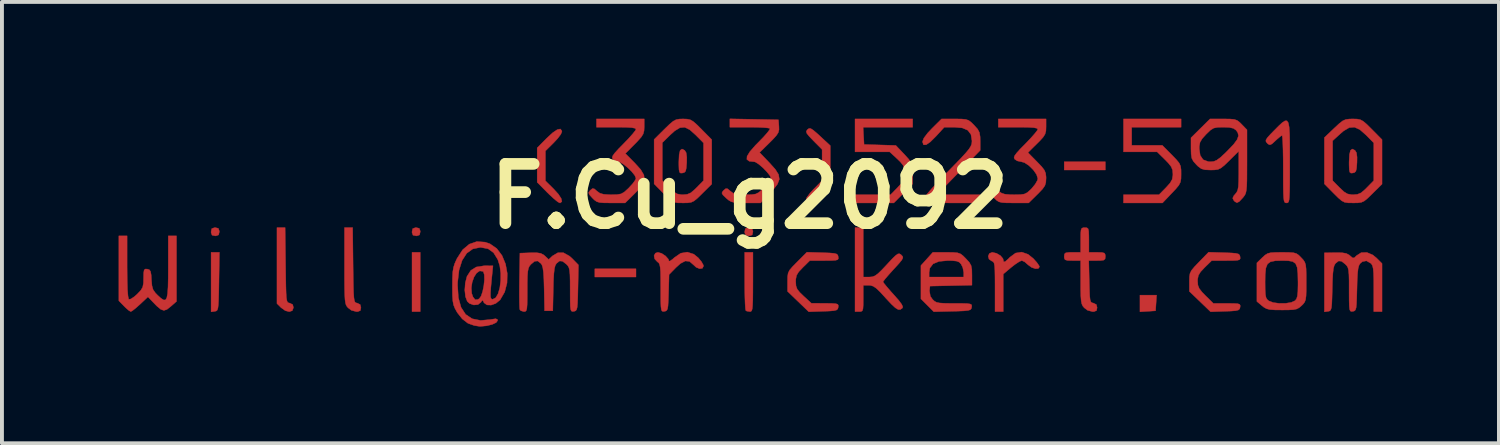
<source format=kicad_pcb>
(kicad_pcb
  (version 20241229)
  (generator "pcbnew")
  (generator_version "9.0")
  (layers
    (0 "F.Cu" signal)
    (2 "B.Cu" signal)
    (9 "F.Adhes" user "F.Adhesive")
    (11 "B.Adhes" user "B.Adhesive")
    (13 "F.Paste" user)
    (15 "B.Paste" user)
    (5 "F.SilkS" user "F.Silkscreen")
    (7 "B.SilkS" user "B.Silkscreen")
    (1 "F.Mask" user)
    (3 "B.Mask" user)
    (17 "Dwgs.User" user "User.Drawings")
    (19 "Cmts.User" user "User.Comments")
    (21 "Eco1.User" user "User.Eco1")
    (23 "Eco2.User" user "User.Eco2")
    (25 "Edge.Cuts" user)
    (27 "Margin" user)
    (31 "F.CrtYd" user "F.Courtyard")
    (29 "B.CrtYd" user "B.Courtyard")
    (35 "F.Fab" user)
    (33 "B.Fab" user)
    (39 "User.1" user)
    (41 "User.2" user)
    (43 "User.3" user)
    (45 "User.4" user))
  (footprint "F.Cu_g2092"
    (layer "F.Cu")
    (at 16.219 1.997)
    (property "Reference" "F.Cu_g2092" (at 0 0 0) (layer "F.SilkS") (effects (font (size 1.524 1.524) (thickness 0.3))))
    (attr through_hole)
    (fp_poly (pts (xy -8.467 2.963) (xy -8.678 2.963) (xy -8.678 1.439) (xy -8.467 1.439) (xy -8.467 2.963)) (stroke (width 0.01) (type solid)) (fill yes) (layer "F.Cu"))
    (fp_poly (pts (xy -2.921 2.074) (xy -3.979 2.074) (xy -3.979 1.863) (xy -2.921 1.863) (xy -2.921 2.074)) (stroke (width 0.01) (type solid)) (fill yes) (layer "F.Cu"))
    (fp_poly (pts (xy 9.144 -0.677) (xy 8.086 -0.677) (xy 8.086 -0.889) (xy 9.144 -0.889) (xy 9.144 -0.677)) (stroke (width 0.01) (type solid)) (fill yes) (layer "F.Cu"))
    (fp_poly (pts (xy 10.448 2.741) (xy 10.435 2.942) (xy 10.234 2.955) (xy 10.033 2.968) (xy 10.033 2.54) (xy 10.461 2.54) (xy 10.448 2.741)) (stroke (width 0.01) (type solid)) (fill yes) (layer "F.Cu"))
    (fp_poly (pts (xy -13.657 0.822) (xy -13.632 0.891) (xy -13.631 0.91) (xy -13.649 0.991) (xy -13.718 1.016) (xy -13.737 1.016) (xy -13.818 0.999) (xy -13.843 0.93) (xy -13.843 0.91) (xy -13.826 0.83) (xy -13.757 0.805) (xy -13.737 0.804) (xy -13.657 0.822)) (stroke (width 0.01) (type solid)) (fill yes) (layer "F.Cu"))
    (fp_poly (pts (xy -13.641 2.191) (xy -13.645 2.459) (xy -13.65 2.655) (xy -13.657 2.79) (xy -13.668 2.875) (xy -13.684 2.923) (xy -13.708 2.946) (xy -13.74 2.954) (xy -13.748 2.956) (xy -13.843 2.969) (xy -13.843 1.439) (xy -13.629 1.439) (xy -13.641 2.191)) (stroke (width 0.01) (type solid)) (fill yes) (layer "F.Cu"))
    (fp_poly (pts (xy -8.492 0.822) (xy -8.467 0.891) (xy -8.467 0.91) (xy -8.484 0.991) (xy -8.553 1.016) (xy -8.572 1.016) (xy -8.653 0.999) (xy -8.678 0.93) (xy -8.678 0.91) (xy -8.661 0.83) (xy -8.592 0.805) (xy -8.572 0.804) (xy -8.492 0.822)) (stroke (width 0.01) (type solid)) (fill yes) (layer "F.Cu"))
    (fp_poly (pts (xy 0.059 0.822) (xy 0.084 0.891) (xy 0.085 0.91) (xy 0.067 0.991) (xy -0.002 1.016) (xy -0.021 1.016) (xy -0.102 0.999) (xy -0.127 0.93) (xy -0.127 0.91) (xy -0.11 0.83) (xy -0.041 0.805) (xy -0.021 0.804) (xy 0.059 0.822)) (stroke (width 0.01) (type solid)) (fill yes) (layer "F.Cu"))
    (fp_poly (pts (xy -1.67 -1.183) (xy -1.668 -1.182) (xy -1.631 -1.121) (xy -1.615 -1.007) (xy -1.617 -0.872) (xy -1.628 -0.728) (xy -1.646 -0.648) (xy -1.681 -0.612) (xy -1.725 -0.6) (xy -1.775 -0.598) (xy -1.803 -0.622) (xy -1.816 -0.688) (xy -1.82 -0.815) (xy -1.82 -0.884) (xy -1.812 -1.072) (xy -1.786 -1.181) (xy -1.739 -1.217) (xy -1.67 -1.183)) (stroke (width 0.01) (type solid)) (fill yes) (layer "F.Cu"))
    (fp_poly (pts (xy 0.085 2.201) (xy 0.084 2.473) (xy 0.082 2.671) (xy 0.076 2.807) (xy 0.067 2.893) (xy 0.052 2.94) (xy 0.031 2.96) (xy 0.007 2.963) (xy -0.073 2.95) (xy -0.099 2.935) (xy -0.108 2.885) (xy -0.116 2.766) (xy -0.122 2.59) (xy -0.126 2.372) (xy -0.127 2.173) (xy -0.127 1.439) (xy 0.085 1.439) (xy 0.085 2.201)) (stroke (width 0.01) (type solid)) (fill yes) (layer "F.Cu"))
    (fp_poly (pts (xy 15.56 -1.183) (xy 15.561 -1.182) (xy 15.599 -1.121) (xy 15.614 -1.007) (xy 15.612 -0.872) (xy 15.602 -0.728) (xy 15.584 -0.648) (xy 15.549 -0.612) (xy 15.505 -0.6) (xy 15.455 -0.598) (xy 15.426 -0.622) (xy 15.413 -0.688) (xy 15.409 -0.815) (xy 15.409 -0.884) (xy 15.418 -1.072) (xy 15.444 -1.181) (xy 15.491 -1.217) (xy 15.56 -1.183)) (stroke (width 0.01) (type solid)) (fill yes) (layer "F.Cu"))
    (fp_poly (pts (xy -11.928 1.767) (xy -11.924 2.077) (xy -11.92 2.311) (xy -11.915 2.482) (xy -11.908 2.6) (xy -11.896 2.674) (xy -11.881 2.716) (xy -11.859 2.735) (xy -11.83 2.743) (xy -11.822 2.744) (xy -11.745 2.782) (xy -11.726 2.86) (xy -11.756 2.939) (xy -11.833 2.965) (xy -11.935 2.939) (xy -12.044 2.861) (xy -12.046 2.859) (xy -12.15 2.756) (xy -12.15 0.804) (xy -11.94 0.804) (xy -11.928 1.767)) (stroke (width 0.01) (type solid)) (fill yes) (layer "F.Cu"))
    (fp_poly (pts (xy -4.827 -1.682) (xy -4.826 -1.66) (xy -4.855 -1.594) (xy -4.93 -1.493) (xy -5.036 -1.378) (xy -5.038 -1.376) (xy -5.249 -1.167) (xy -5.249 -0.399) (xy -5.038 -0.191) (xy -4.915 -0.055) (xy -4.843 0.056) (xy -4.826 0.134) (xy -4.867 0.169) (xy -4.88 0.169) (xy -4.933 0.141) (xy -5.026 0.065) (xy -5.145 -0.044) (xy -5.198 -0.096) (xy -5.461 -0.362) (xy -5.461 -1.246) (xy -5.219 -1.491) (xy -5.063 -1.635) (xy -4.943 -1.716) (xy -4.863 -1.732) (xy -4.827 -1.682)) (stroke (width 0.01) (type solid)) (fill yes) (layer "F.Cu"))
    (fp_poly (pts (xy 1.57 -1.743) (xy 1.636 -1.701) (xy 1.739 -1.613) (xy 1.814 -1.544) (xy 2.074 -1.303) (xy 2.074 -0.32) (xy 1.832 -0.075) (xy 1.685 0.065) (xy 1.581 0.143) (xy 1.511 0.163) (xy 1.466 0.128) (xy 1.453 0.102) (xy 1.469 0.029) (xy 1.556 -0.089) (xy 1.645 -0.185) (xy 1.863 -0.405) (xy 1.863 -1.204) (xy 1.642 -1.427) (xy 1.53 -1.544) (xy 1.471 -1.618) (xy 1.456 -1.667) (xy 1.477 -1.706) (xy 1.488 -1.718) (xy 1.526 -1.745) (xy 1.57 -1.743)) (stroke (width 0.01) (type solid)) (fill yes) (layer "F.Cu"))
    (fp_poly (pts (xy -10.193 1.767) (xy -10.189 2.077) (xy -10.185 2.311) (xy -10.18 2.482) (xy -10.172 2.6) (xy -10.161 2.674) (xy -10.145 2.716) (xy -10.123 2.735) (xy -10.095 2.743) (xy -10.086 2.744) (xy -10.01 2.782) (xy -9.991 2.86) (xy -10.006 2.936) (xy -10.069 2.962) (xy -10.11 2.963) (xy -10.237 2.929) (xy -10.322 2.865) (xy -10.351 2.831) (xy -10.374 2.791) (xy -10.39 2.734) (xy -10.401 2.649) (xy -10.408 2.524) (xy -10.412 2.349) (xy -10.414 2.113) (xy -10.414 1.803) (xy -10.414 1.786) (xy -10.414 0.804) (xy -10.204 0.804) (xy -10.193 1.767)) (stroke (width 0.01) (type solid)) (fill yes) (layer "F.Cu"))
    (fp_poly (pts (xy 4.191 -1.778) (xy 2.917 -1.778) (xy 2.929 -1.556) (xy 2.942 -1.333) (xy 3.758 -1.309) (xy 3.975 -1.081) (xy 4.085 -0.96) (xy 4.15 -0.872) (xy 4.181 -0.788) (xy 4.19 -0.68) (xy 4.191 -0.586) (xy 4.191 -0.32) (xy 3.949 -0.075) (xy 3.707 0.169) (xy 2.709 0.169) (xy 2.709 -0.042) (xy 3.623 -0.042) (xy 3.801 -0.224) (xy 3.904 -0.337) (xy 3.958 -0.427) (xy 3.977 -0.528) (xy 3.979 -0.599) (xy 3.973 -0.715) (xy 3.943 -0.801) (xy 3.874 -0.887) (xy 3.79 -0.968) (xy 3.6 -1.143) (xy 2.709 -1.143) (xy 2.709 -1.99) (xy 4.191 -1.99) (xy 4.191 -1.778)) (stroke (width 0.01) (type solid)) (fill yes) (layer "F.Cu"))
    (fp_poly (pts (xy 11.091 -1.778) (xy 9.821 -1.778) (xy 9.821 -1.312) (xy 10.607 -1.312) (xy 10.849 -1.068) (xy 10.969 -0.944) (xy 11.041 -0.856) (xy 11.077 -0.778) (xy 11.09 -0.686) (xy 11.091 -0.578) (xy 11.089 -0.454) (xy 11.073 -0.364) (xy 11.032 -0.285) (xy 10.954 -0.19) (xy 10.852 -0.082) (xy 10.613 0.169) (xy 9.61 0.169) (xy 9.61 -0.042) (xy 10.523 -0.042) (xy 10.702 -0.224) (xy 10.807 -0.341) (xy 10.861 -0.435) (xy 10.879 -0.538) (xy 10.88 -0.575) (xy 10.871 -0.677) (xy 10.836 -0.763) (xy 10.76 -0.859) (xy 10.677 -0.944) (xy 10.475 -1.143) (xy 9.61 -1.143) (xy 9.61 -1.99) (xy 11.091 -1.99) (xy 11.091 -1.778)) (stroke (width 0.01) (type solid)) (fill yes) (layer "F.Cu"))
    (fp_poly (pts (xy 7.157 1.49) (xy 7.294 1.6) (xy 7.383 1.7) (xy 7.439 1.781) (xy 7.451 1.812) (xy 7.419 1.856) (xy 7.343 1.859) (xy 7.247 1.826) (xy 7.158 1.761) (xy 7.154 1.757) (xy 7.07 1.684) (xy 6.998 1.651) (xy 6.994 1.651) (xy 6.932 1.677) (xy 6.83 1.744) (xy 6.726 1.824) (xy 6.519 1.998) (xy 6.519 2.963) (xy 6.308 2.963) (xy 6.308 2.324) (xy 6.307 2.079) (xy 6.304 1.905) (xy 6.297 1.79) (xy 6.284 1.72) (xy 6.264 1.684) (xy 6.235 1.667) (xy 6.223 1.663) (xy 6.153 1.614) (xy 6.133 1.538) (xy 6.162 1.469) (xy 6.235 1.439) (xy 6.346 1.464) (xy 6.448 1.524) (xy 6.512 1.6) (xy 6.519 1.632) (xy 6.531 1.684) (xy 6.571 1.677) (xy 6.65 1.607) (xy 6.689 1.566) (xy 6.836 1.458) (xy 6.994 1.433) (xy 7.157 1.49)) (stroke (width 0.01) (type solid)) (fill yes) (layer "F.Cu"))
    (fp_poly (pts (xy 1.868 1.448) (xy 2.054 1.455) (xy 2.171 1.465) (xy 2.236 1.482) (xy 2.267 1.511) (xy 2.278 1.556) (xy 2.281 1.601) (xy 2.262 1.629) (xy 2.206 1.644) (xy 2.096 1.65) (xy 1.92 1.651) (xy 1.548 1.651) (xy 1.367 1.829) (xy 1.262 1.94) (xy 1.207 2.029) (xy 1.187 2.126) (xy 1.185 2.193) (xy 1.192 2.301) (xy 1.222 2.385) (xy 1.29 2.47) (xy 1.386 2.563) (xy 1.587 2.748) (xy 1.94 2.75) (xy 2.112 2.752) (xy 2.215 2.759) (xy 2.266 2.776) (xy 2.281 2.807) (xy 2.278 2.847) (xy 2.266 2.893) (xy 2.234 2.922) (xy 2.165 2.939) (xy 2.042 2.949) (xy 1.892 2.954) (xy 1.52 2.967) (xy 0.974 2.442) (xy 0.974 2.188) (xy 0.976 2.062) (xy 0.99 1.972) (xy 1.028 1.895) (xy 1.103 1.807) (xy 1.223 1.685) (xy 1.471 1.436) (xy 1.868 1.448)) (stroke (width 0.01) (type solid)) (fill yes) (layer "F.Cu"))
    (fp_poly (pts (xy 12.196 1.448) (xy 12.382 1.455) (xy 12.499 1.465) (xy 12.565 1.482) (xy 12.596 1.511) (xy 12.608 1.555) (xy 12.608 1.556) (xy 12.61 1.601) (xy 12.591 1.629) (xy 12.535 1.644) (xy 12.426 1.65) (xy 12.249 1.651) (xy 11.878 1.651) (xy 11.696 1.829) (xy 11.59 1.942) (xy 11.535 2.033) (xy 11.516 2.131) (xy 11.515 2.18) (xy 11.523 2.284) (xy 11.557 2.369) (xy 11.631 2.464) (xy 11.717 2.552) (xy 11.92 2.752) (xy 12.27 2.752) (xy 12.442 2.753) (xy 12.545 2.759) (xy 12.596 2.776) (xy 12.611 2.807) (xy 12.608 2.847) (xy 12.596 2.893) (xy 12.563 2.922) (xy 12.495 2.939) (xy 12.372 2.949) (xy 12.222 2.954) (xy 11.849 2.967) (xy 11.303 2.442) (xy 11.303 2.193) (xy 11.305 2.069) (xy 11.32 1.98) (xy 11.359 1.902) (xy 11.435 1.81) (xy 11.55 1.69) (xy 11.797 1.436) (xy 12.196 1.448)) (stroke (width 0.01) (type solid)) (fill yes) (layer "F.Cu"))
    (fp_poly (pts (xy 13.847 -1.89) (xy 13.868 -1.781) (xy 13.88 -1.609) (xy 13.884 -1.367) (xy 13.885 -1.049) (xy 13.885 -0.889) (xy 13.885 -0.563) (xy 13.884 -0.312) (xy 13.881 -0.126) (xy 13.875 0.005) (xy 13.867 0.09) (xy 13.854 0.139) (xy 13.836 0.162) (xy 13.813 0.169) (xy 13.801 0.169) (xy 13.772 0.166) (xy 13.751 0.149) (xy 13.736 0.108) (xy 13.726 0.031) (xy 13.72 -0.092) (xy 13.717 -0.272) (xy 13.716 -0.519) (xy 13.716 -0.699) (xy 13.715 -0.959) (xy 13.711 -1.189) (xy 13.705 -1.374) (xy 13.697 -1.503) (xy 13.689 -1.563) (xy 13.686 -1.566) (xy 13.641 -1.539) (xy 13.56 -1.471) (xy 13.517 -1.431) (xy 13.429 -1.35) (xy 13.375 -1.323) (xy 13.33 -1.343) (xy 13.304 -1.367) (xy 13.273 -1.406) (xy 13.271 -1.447) (xy 13.307 -1.506) (xy 13.389 -1.597) (xy 13.483 -1.693) (xy 13.6 -1.811) (xy 13.692 -1.896) (xy 13.762 -1.941) (xy 13.812 -1.941) (xy 13.847 -1.89)) (stroke (width 0.01) (type solid)) (fill yes) (layer "F.Cu"))
    (fp_poly (pts (xy -1.607 -1.986) (xy -1.527 -1.969) (xy -1.451 -1.925) (xy -1.356 -1.842) (xy -1.237 -1.724) (xy -0.974 -1.458) (xy -0.974 -0.315) (xy -1.218 -0.073) (xy -1.341 0.047) (xy -1.429 0.119) (xy -1.507 0.155) (xy -1.6 0.168) (xy -1.717 0.169) (xy -1.844 0.167) (xy -1.934 0.153) (xy -2.011 0.114) (xy -2.1 0.038) (xy -2.213 -0.075) (xy -2.455 -0.32) (xy -2.455 -1.379) (xy -2.244 -1.379) (xy -2.244 -0.405) (xy -2.066 -0.224) (xy -1.953 -0.118) (xy -1.862 -0.063) (xy -1.763 -0.044) (xy -1.714 -0.042) (xy -1.604 -0.052) (xy -1.514 -0.09) (xy -1.414 -0.174) (xy -1.363 -0.224) (xy -1.185 -0.405) (xy -1.185 -1.373) (xy -1.385 -1.575) (xy -1.538 -1.712) (xy -1.667 -1.775) (xy -1.791 -1.765) (xy -1.927 -1.682) (xy -2.041 -1.579) (xy -2.244 -1.379) (xy -2.455 -1.379) (xy -2.455 -1.463) (xy -2.19 -1.726) (xy -2.059 -1.853) (xy -1.966 -1.931) (xy -1.889 -1.972) (xy -1.807 -1.987) (xy -1.712 -1.99) (xy -1.607 -1.986)) (stroke (width 0.01) (type solid)) (fill yes) (layer "F.Cu"))
    (fp_poly (pts (xy -1.436 1.486) (xy -1.321 1.579) (xy -1.239 1.678) (xy -1.191 1.765) (xy -1.185 1.791) (xy -1.214 1.85) (xy -1.286 1.86) (xy -1.374 1.824) (xy -1.447 1.757) (xy -1.545 1.672) (xy -1.652 1.661) (xy -1.778 1.726) (xy -1.895 1.831) (xy -2.071 2.011) (xy -2.083 2.477) (xy -2.09 2.68) (xy -2.098 2.815) (xy -2.111 2.894) (xy -2.134 2.935) (xy -2.168 2.952) (xy -2.191 2.956) (xy -2.228 2.959) (xy -2.254 2.947) (xy -2.27 2.909) (xy -2.28 2.83) (xy -2.285 2.7) (xy -2.286 2.505) (xy -2.286 2.353) (xy -2.287 2.111) (xy -2.29 1.94) (xy -2.299 1.826) (xy -2.313 1.755) (xy -2.335 1.712) (xy -2.368 1.685) (xy -2.371 1.684) (xy -2.44 1.609) (xy -2.457 1.525) (xy -2.422 1.46) (xy -2.357 1.439) (xy -2.26 1.467) (xy -2.161 1.533) (xy -2.09 1.613) (xy -2.074 1.661) (xy -2.048 1.664) (xy -1.981 1.617) (xy -1.935 1.575) (xy -1.771 1.462) (xy -1.602 1.433) (xy -1.436 1.486)) (stroke (width 0.01) (type solid)) (fill yes) (layer "F.Cu"))
    (fp_poly (pts (xy 15.614 -1.987) (xy 15.696 -1.971) (xy 15.772 -1.93) (xy 15.863 -1.853) (xy 15.99 -1.727) (xy 15.993 -1.724) (xy 16.256 -1.458) (xy 16.256 -0.315) (xy 16.011 -0.073) (xy 15.888 0.047) (xy 15.8 0.119) (xy 15.722 0.155) (xy 15.629 0.168) (xy 15.513 0.169) (xy 15.385 0.167) (xy 15.295 0.153) (xy 15.219 0.114) (xy 15.13 0.038) (xy 15.016 -0.075) (xy 14.774 -0.32) (xy 14.774 -1.429) (xy 14.986 -1.429) (xy 14.986 -0.405) (xy 15.164 -0.224) (xy 15.277 -0.118) (xy 15.368 -0.063) (xy 15.466 -0.044) (xy 15.515 -0.042) (xy 15.625 -0.052) (xy 15.716 -0.09) (xy 15.816 -0.174) (xy 15.866 -0.224) (xy 16.044 -0.405) (xy 16.044 -1.373) (xy 15.845 -1.575) (xy 15.686 -1.715) (xy 15.548 -1.778) (xy 15.413 -1.767) (xy 15.267 -1.681) (xy 15.176 -1.603) (xy 14.986 -1.429) (xy 14.774 -1.429) (xy 14.774 -1.511) (xy 15.025 -1.75) (xy 15.153 -1.869) (xy 15.244 -1.94) (xy 15.324 -1.976) (xy 15.417 -1.988) (xy 15.503 -1.99) (xy 15.614 -1.987)) (stroke (width 0.01) (type solid)) (fill yes) (layer "F.Cu"))
    (fp_poly (pts (xy 5.444 -1.988) (xy 5.554 -1.978) (xy 5.631 -1.952) (xy 5.699 -1.9) (xy 5.77 -1.829) (xy 5.861 -1.728) (xy 5.907 -1.641) (xy 5.925 -1.531) (xy 5.927 -1.425) (xy 5.927 -1.182) (xy 5.37 -0.612) (xy 4.814 -0.042) (xy 5.927 -0.042) (xy 5.927 0.169) (xy 5.206 0.169) (xy 4.937 0.168) (xy 4.742 0.165) (xy 4.608 0.157) (xy 4.524 0.145) (xy 4.478 0.127) (xy 4.46 0.104) (xy 4.477 0.053) (xy 4.55 -0.047) (xy 4.681 -0.199) (xy 4.871 -0.403) (xy 5.075 -0.613) (xy 5.286 -0.829) (xy 5.445 -0.994) (xy 5.559 -1.119) (xy 5.636 -1.212) (xy 5.682 -1.283) (xy 5.706 -1.342) (xy 5.714 -1.397) (xy 5.715 -1.429) (xy 5.689 -1.591) (xy 5.608 -1.699) (xy 5.464 -1.76) (xy 5.261 -1.778) (xy 5.004 -1.778) (xy 4.791 -1.545) (xy 4.644 -1.399) (xy 4.537 -1.326) (xy 4.47 -1.325) (xy 4.445 -1.397) (xy 4.445 -1.409) (xy 4.479 -1.498) (xy 4.576 -1.627) (xy 4.69 -1.748) (xy 4.934 -1.99) (xy 5.274 -1.99) (xy 5.444 -1.988)) (stroke (width 0.01) (type solid)) (fill yes) (layer "F.Cu"))
    (fp_poly (pts (xy 2.921 2.074) (xy 3.076 2.074) (xy 3.153 2.068) (xy 3.223 2.042) (xy 3.301 1.985) (xy 3.405 1.884) (xy 3.526 1.755) (xy 3.659 1.612) (xy 3.749 1.524) (xy 3.808 1.481) (xy 3.85 1.475) (xy 3.888 1.497) (xy 3.899 1.507) (xy 3.932 1.543) (xy 3.939 1.581) (xy 3.911 1.636) (xy 3.842 1.721) (xy 3.723 1.852) (xy 3.703 1.873) (xy 3.585 2.004) (xy 3.492 2.111) (xy 3.438 2.181) (xy 3.429 2.198) (xy 3.456 2.239) (xy 3.528 2.327) (xy 3.632 2.448) (xy 3.702 2.525) (xy 3.834 2.675) (xy 3.91 2.778) (xy 3.937 2.842) (xy 3.926 2.872) (xy 3.875 2.909) (xy 3.818 2.909) (xy 3.744 2.864) (xy 3.642 2.769) (xy 3.498 2.615) (xy 3.488 2.603) (xy 3.352 2.455) (xy 3.253 2.361) (xy 3.177 2.31) (xy 3.107 2.289) (xy 3.062 2.286) (xy 2.921 2.286) (xy 2.921 2.625) (xy 2.92 2.793) (xy 2.913 2.893) (xy 2.895 2.944) (xy 2.86 2.961) (xy 2.815 2.963) (xy 2.709 2.963) (xy 2.709 0.804) (xy 2.921 0.804) (xy 2.921 2.074)) (stroke (width 0.01) (type solid)) (fill yes) (layer "F.Cu"))
    (fp_poly (pts (xy -16.002 1.818) (xy -15.999 2.149) (xy -15.992 2.397) (xy -15.979 2.561) (xy -15.962 2.641) (xy -15.956 2.648) (xy -15.903 2.637) (xy -15.815 2.578) (xy -15.744 2.515) (xy -15.65 2.416) (xy -15.601 2.334) (xy -15.582 2.232) (xy -15.579 2.105) (xy -15.576 1.967) (xy -15.564 1.894) (xy -15.534 1.868) (xy -15.483 1.87) (xy -15.43 1.887) (xy -15.399 1.931) (xy -15.383 2.022) (xy -15.376 2.142) (xy -15.363 2.295) (xy -15.335 2.396) (xy -15.277 2.48) (xy -15.22 2.539) (xy -15.133 2.619) (xy -15.066 2.662) (xy -15.017 2.662) (xy -14.983 2.612) (xy -14.962 2.505) (xy -14.95 2.333) (xy -14.945 2.09) (xy -14.944 1.822) (xy -14.944 1.016) (xy -14.732 1.016) (xy -14.732 2.701) (xy -14.882 2.832) (xy -14.978 2.907) (xy -15.056 2.933) (xy -15.136 2.905) (xy -15.239 2.819) (xy -15.321 2.735) (xy -15.466 2.584) (xy -15.669 2.774) (xy -15.778 2.871) (xy -15.864 2.939) (xy -15.907 2.963) (xy -15.956 2.935) (xy -16.037 2.865) (xy -16.078 2.824) (xy -16.214 2.684) (xy -16.214 1.016) (xy -16.002 1.016) (xy -16.002 1.818)) (stroke (width 0.01) (type solid)) (fill yes) (layer "F.Cu"))
    (fp_poly (pts (xy 8.669 0.808) (xy 8.7 0.832) (xy 8.715 0.893) (xy 8.72 1.01) (xy 8.721 1.122) (xy 8.721 1.439) (xy 8.932 1.439) (xy 9.058 1.443) (xy 9.121 1.46) (xy 9.142 1.503) (xy 9.144 1.545) (xy 9.137 1.608) (xy 9.102 1.639) (xy 9.018 1.65) (xy 8.931 1.651) (xy 8.718 1.651) (xy 8.73 2.191) (xy 8.736 2.413) (xy 8.742 2.564) (xy 8.753 2.659) (xy 8.771 2.711) (xy 8.798 2.735) (xy 8.837 2.744) (xy 8.913 2.782) (xy 8.932 2.86) (xy 8.917 2.936) (xy 8.854 2.962) (xy 8.813 2.963) (xy 8.686 2.929) (xy 8.601 2.865) (xy 8.563 2.819) (xy 8.538 2.764) (xy 8.522 2.684) (xy 8.513 2.563) (xy 8.509 2.385) (xy 8.509 2.209) (xy 8.509 1.651) (xy 8.297 1.651) (xy 8.172 1.648) (xy 8.109 1.63) (xy 8.088 1.588) (xy 8.086 1.545) (xy 8.093 1.482) (xy 8.128 1.451) (xy 8.212 1.44) (xy 8.297 1.439) (xy 8.509 1.439) (xy 8.509 1.122) (xy 8.51 0.96) (xy 8.518 0.866) (xy 8.539 0.82) (xy 8.578 0.805) (xy 8.615 0.804) (xy 8.669 0.808)) (stroke (width 0.01) (type solid)) (fill yes) (layer "F.Cu"))
    (fp_poly (pts (xy 5.227 1.441) (xy 5.339 1.45) (xy 5.416 1.476) (xy 5.483 1.525) (xy 5.558 1.6) (xy 5.646 1.696) (xy 5.693 1.779) (xy 5.712 1.881) (xy 5.715 2.022) (xy 5.715 2.283) (xy 4.636 2.307) (xy 4.622 2.428) (xy 4.646 2.569) (xy 4.703 2.65) (xy 4.751 2.695) (xy 4.805 2.724) (xy 4.885 2.741) (xy 5.007 2.749) (xy 5.19 2.752) (xy 5.26 2.752) (xy 5.462 2.752) (xy 5.593 2.756) (xy 5.669 2.767) (xy 5.703 2.786) (xy 5.71 2.819) (xy 5.707 2.847) (xy 5.697 2.888) (xy 5.671 2.916) (xy 5.614 2.933) (xy 5.511 2.944) (xy 5.347 2.951) (xy 5.214 2.954) (xy 4.734 2.966) (xy 4.403 2.635) (xy 4.403 1.955) (xy 4.614 1.955) (xy 4.614 2.074) (xy 5.503 2.074) (xy 5.503 1.957) (xy 5.479 1.831) (xy 5.437 1.745) (xy 5.39 1.693) (xy 5.322 1.665) (xy 5.21 1.653) (xy 5.091 1.651) (xy 4.868 1.672) (xy 4.716 1.735) (xy 4.633 1.843) (xy 4.614 1.955) (xy 4.403 1.955) (xy 4.403 1.778) (xy 4.556 1.609) (xy 4.709 1.439) (xy 5.055 1.439) (xy 5.227 1.441)) (stroke (width 0.01) (type solid)) (fill yes) (layer "F.Cu"))
    (fp_poly (pts (xy 0.116 -1.98) (xy 0.741 -1.968) (xy 0.753 -1.799) (xy 0.755 -1.711) (xy 0.736 -1.639) (xy 0.686 -1.562) (xy 0.593 -1.46) (xy 0.511 -1.378) (xy 0.256 -1.127) (xy 0.509 -0.863) (xy 0.66 -0.695) (xy 0.745 -0.559) (xy 0.763 -0.439) (xy 0.716 -0.315) (xy 0.604 -0.169) (xy 0.523 -0.082) (xy 0.283 0.169) (xy -0.09 0.169) (xy -0.273 0.168) (xy -0.393 0.158) (xy -0.476 0.136) (xy -0.543 0.096) (xy -0.603 0.045) (xy -0.686 -0.035) (xy -0.713 -0.085) (xy -0.691 -0.129) (xy -0.668 -0.154) (xy -0.612 -0.2) (xy -0.565 -0.194) (xy -0.496 -0.135) (xy -0.425 -0.083) (xy -0.337 -0.055) (xy -0.204 -0.044) (xy -0.105 -0.042) (xy 0.052 -0.045) (xy 0.155 -0.06) (xy 0.234 -0.099) (xy 0.322 -0.175) (xy 0.369 -0.22) (xy 0.466 -0.327) (xy 0.532 -0.419) (xy 0.55 -0.466) (xy 0.52 -0.535) (xy 0.442 -0.632) (xy 0.34 -0.737) (xy 0.234 -0.827) (xy 0.147 -0.882) (xy 0.118 -0.889) (xy -0.01 -0.903) (xy -0.071 -0.949) (xy -0.066 -1.03) (xy 0.007 -1.149) (xy 0.149 -1.312) (xy 0.231 -1.395) (xy 0.359 -1.527) (xy 0.457 -1.638) (xy 0.515 -1.716) (xy 0.525 -1.743) (xy 0.476 -1.757) (xy 0.361 -1.768) (xy 0.195 -1.775) (xy -0.002 -1.778) (xy -0.508 -1.778) (xy -0.508 -1.992) (xy 0.116 -1.98)) (stroke (width 0.01) (type solid)) (fill yes) (layer "F.Cu"))
    (fp_poly (pts (xy -2.709 -1.79) (xy -2.714 -1.685) (xy -2.736 -1.604) (xy -2.787 -1.522) (xy -2.881 -1.417) (xy -2.951 -1.345) (xy -3.194 -1.101) (xy -2.951 -0.856) (xy -2.799 -0.687) (xy -2.717 -0.548) (xy -2.705 -0.422) (xy -2.763 -0.29) (xy -2.892 -0.136) (xy -2.954 -0.073) (xy -3.199 0.169) (xy -3.56 0.169) (xy -3.737 0.168) (xy -3.853 0.159) (xy -3.93 0.136) (xy -3.99 0.094) (xy -4.043 0.042) (xy -4.118 -0.042) (xy -4.138 -0.093) (xy -4.111 -0.14) (xy -4.095 -0.157) (xy -4.04 -0.201) (xy -3.991 -0.192) (xy -3.925 -0.135) (xy -3.85 -0.081) (xy -3.754 -0.053) (xy -3.61 -0.043) (xy -3.555 -0.042) (xy -3.404 -0.046) (xy -3.304 -0.064) (xy -3.221 -0.111) (xy -3.123 -0.2) (xy -3.103 -0.22) (xy -3.005 -0.327) (xy -2.939 -0.419) (xy -2.921 -0.466) (xy -2.953 -0.539) (xy -3.033 -0.639) (xy -3.14 -0.743) (xy -3.251 -0.831) (xy -3.344 -0.883) (xy -3.373 -0.889) (xy -3.471 -0.919) (xy -3.516 -0.955) (xy -3.532 -0.992) (xy -3.519 -1.041) (xy -3.467 -1.114) (xy -3.368 -1.223) (xy -3.246 -1.347) (xy -3.113 -1.485) (xy -3.007 -1.604) (xy -2.939 -1.69) (xy -2.921 -1.726) (xy -2.946 -1.75) (xy -3.028 -1.766) (xy -3.176 -1.775) (xy -3.398 -1.778) (xy -3.429 -1.778) (xy -3.937 -1.778) (xy -3.937 -1.99) (xy -2.709 -1.99) (xy -2.709 -1.79)) (stroke (width 0.01) (type solid)) (fill yes) (layer "F.Cu"))
    (fp_poly (pts (xy 13.862 1.441) (xy 13.978 1.449) (xy 14.055 1.471) (xy 14.115 1.512) (xy 14.179 1.577) (xy 14.235 1.638) (xy 14.271 1.695) (xy 14.293 1.765) (xy 14.304 1.867) (xy 14.308 2.019) (xy 14.308 2.204) (xy 14.308 2.415) (xy 14.303 2.558) (xy 14.291 2.653) (xy 14.268 2.716) (xy 14.231 2.766) (xy 14.19 2.807) (xy 14.127 2.861) (xy 14.063 2.895) (xy 13.976 2.913) (xy 13.844 2.92) (xy 13.685 2.921) (xy 13.498 2.919) (xy 13.372 2.91) (xy 13.286 2.888) (xy 13.218 2.85) (xy 13.169 2.811) (xy 13.039 2.702) (xy 13.039 2.205) (xy 13.25 2.205) (xy 13.252 2.398) (xy 13.259 2.525) (xy 13.275 2.603) (xy 13.304 2.652) (xy 13.344 2.686) (xy 13.456 2.73) (xy 13.611 2.751) (xy 13.778 2.75) (xy 13.925 2.726) (xy 14.02 2.682) (xy 14.057 2.635) (xy 14.08 2.564) (xy 14.092 2.452) (xy 14.096 2.279) (xy 14.096 2.205) (xy 14.091 1.98) (xy 14.074 1.825) (xy 14.034 1.729) (xy 13.961 1.676) (xy 13.847 1.655) (xy 13.694 1.651) (xy 13.513 1.656) (xy 13.39 1.681) (xy 13.312 1.738) (xy 13.27 1.842) (xy 13.253 2.005) (xy 13.25 2.205) (xy 13.039 2.205) (xy 13.039 1.71) (xy 13.178 1.575) (xy 13.25 1.509) (xy 13.315 1.469) (xy 13.398 1.448) (xy 13.52 1.441) (xy 13.684 1.439) (xy 13.862 1.441)) (stroke (width 0.01) (type solid)) (fill yes) (layer "F.Cu"))
    (fp_poly (pts (xy 16.019 1.507) (xy 16.112 1.583) (xy 16.256 1.727) (xy 16.256 2.963) (xy 16.044 2.963) (xy 16.044 2.377) (xy 16.043 2.139) (xy 16.038 1.971) (xy 16.028 1.858) (xy 16.011 1.786) (xy 15.985 1.74) (xy 15.967 1.721) (xy 15.855 1.657) (xy 15.75 1.678) (xy 15.692 1.727) (xy 15.663 1.776) (xy 15.641 1.858) (xy 15.627 1.985) (xy 15.617 2.173) (xy 15.612 2.373) (xy 15.606 2.602) (xy 15.6 2.76) (xy 15.59 2.86) (xy 15.573 2.917) (xy 15.549 2.944) (xy 15.512 2.955) (xy 15.505 2.956) (xy 15.466 2.959) (xy 15.44 2.946) (xy 15.423 2.905) (xy 15.414 2.822) (xy 15.41 2.685) (xy 15.409 2.48) (xy 15.409 2.402) (xy 15.409 2.172) (xy 15.405 2.011) (xy 15.395 1.903) (xy 15.378 1.832) (xy 15.35 1.784) (xy 15.311 1.743) (xy 15.214 1.668) (xy 15.139 1.661) (xy 15.062 1.722) (xy 15.057 1.727) (xy 15.028 1.776) (xy 15.006 1.858) (xy 14.992 1.985) (xy 14.982 2.173) (xy 14.977 2.373) (xy 14.971 2.602) (xy 14.965 2.76) (xy 14.955 2.86) (xy 14.938 2.917) (xy 14.914 2.944) (xy 14.877 2.955) (xy 14.87 2.956) (xy 14.774 2.969) (xy 14.774 1.452) (xy 15.059 1.447) (xy 15.226 1.449) (xy 15.335 1.467) (xy 15.41 1.506) (xy 15.433 1.526) (xy 15.499 1.582) (xy 15.543 1.58) (xy 15.599 1.525) (xy 15.72 1.447) (xy 15.866 1.442) (xy 16.019 1.507)) (stroke (width 0.01) (type solid)) (fill yes) (layer "F.Cu"))
    (fp_poly (pts (xy 7.62 -1.787) (xy 7.616 -1.679) (xy 7.593 -1.597) (xy 7.541 -1.516) (xy 7.444 -1.411) (xy 7.387 -1.355) (xy 7.154 -1.125) (xy 7.387 -0.889) (xy 7.506 -0.764) (xy 7.576 -0.674) (xy 7.609 -0.593) (xy 7.62 -0.5) (xy 7.62 -0.463) (xy 7.614 -0.358) (xy 7.589 -0.275) (xy 7.53 -0.19) (xy 7.424 -0.078) (xy 7.396 -0.051) (xy 7.173 0.169) (xy 6.791 0.169) (xy 6.608 0.168) (xy 6.487 0.16) (xy 6.408 0.14) (xy 6.349 0.103) (xy 6.286 0.042) (xy 6.286 0.042) (xy 6.211 -0.042) (xy 6.191 -0.093) (xy 6.218 -0.14) (xy 6.235 -0.157) (xy 6.289 -0.201) (xy 6.338 -0.192) (xy 6.405 -0.135) (xy 6.474 -0.084) (xy 6.562 -0.055) (xy 6.693 -0.044) (xy 6.799 -0.042) (xy 6.957 -0.045) (xy 7.06 -0.059) (xy 7.136 -0.096) (xy 7.214 -0.165) (xy 7.252 -0.203) (xy 7.341 -0.312) (xy 7.398 -0.413) (xy 7.408 -0.457) (xy 7.375 -0.562) (xy 7.291 -0.682) (xy 7.179 -0.792) (xy 7.063 -0.868) (xy 6.985 -0.889) (xy 6.878 -0.912) (xy 6.814 -0.955) (xy 6.797 -0.992) (xy 6.81 -1.041) (xy 6.863 -1.114) (xy 6.961 -1.223) (xy 7.084 -1.347) (xy 7.216 -1.485) (xy 7.322 -1.604) (xy 7.39 -1.69) (xy 7.408 -1.726) (xy 7.383 -1.75) (xy 7.301 -1.766) (xy 7.153 -1.775) (xy 6.931 -1.778) (xy 6.9 -1.778) (xy 6.392 -1.778) (xy 6.392 -1.99) (xy 7.62 -1.99) (xy 7.62 -1.787)) (stroke (width 0.01) (type solid)) (fill yes) (layer "F.Cu"))
    (fp_poly (pts (xy -4.784 1.45) (xy -4.63 1.536) (xy -4.558 1.601) (xy -4.4 1.763) (xy -4.412 2.353) (xy -4.417 2.586) (xy -4.423 2.749) (xy -4.433 2.853) (xy -4.449 2.913) (xy -4.472 2.942) (xy -4.506 2.954) (xy -4.519 2.956) (xy -4.557 2.959) (xy -4.584 2.946) (xy -4.6 2.905) (xy -4.61 2.822) (xy -4.613 2.685) (xy -4.614 2.48) (xy -4.614 2.402) (xy -4.615 2.172) (xy -4.619 2.011) (xy -4.629 1.903) (xy -4.646 1.832) (xy -4.673 1.784) (xy -4.712 1.743) (xy -4.81 1.668) (xy -4.885 1.661) (xy -4.962 1.722) (xy -4.966 1.727) (xy -4.996 1.776) (xy -5.017 1.858) (xy -5.032 1.985) (xy -5.042 2.173) (xy -5.047 2.373) (xy -5.059 2.942) (xy -5.271 2.942) (xy -5.282 2.373) (xy -5.289 2.128) (xy -5.3 1.954) (xy -5.316 1.838) (xy -5.339 1.764) (xy -5.363 1.727) (xy -5.447 1.661) (xy -5.528 1.669) (xy -5.623 1.749) (xy -5.661 1.795) (xy -5.686 1.851) (xy -5.702 1.931) (xy -5.711 2.051) (xy -5.715 2.229) (xy -5.715 2.405) (xy -5.716 2.632) (xy -5.719 2.787) (xy -5.727 2.884) (xy -5.742 2.937) (xy -5.766 2.959) (xy -5.801 2.963) (xy -5.881 2.94) (xy -5.908 2.909) (xy -5.914 2.85) (xy -5.918 2.722) (xy -5.92 2.54) (xy -5.919 2.32) (xy -5.917 2.157) (xy -5.905 1.46) (xy -5.632 1.45) (xy -5.473 1.449) (xy -5.37 1.465) (xy -5.296 1.503) (xy -5.262 1.532) (xy -5.165 1.623) (xy -5.067 1.531) (xy -4.929 1.449) (xy -4.784 1.45)) (stroke (width 0.01) (type solid)) (fill yes) (layer "F.Cu"))
    (fp_poly (pts (xy 12.345 -1.988) (xy 12.456 -1.978) (xy 12.532 -1.952) (xy 12.596 -1.903) (xy 12.649 -1.85) (xy 12.785 -1.71) (xy 12.785 -0.901) (xy 12.784 -0.62) (xy 12.783 -0.411) (xy 12.778 -0.261) (xy 12.768 -0.157) (xy 12.753 -0.085) (xy 12.73 -0.034) (xy 12.698 0.011) (xy 12.675 0.039) (xy 12.587 0.133) (xy 12.527 0.164) (xy 12.473 0.135) (xy 12.445 0.105) (xy 12.417 0.047) (xy 12.446 -0.016) (xy 12.482 -0.057) (xy 12.521 -0.106) (xy 12.547 -0.165) (xy 12.563 -0.252) (xy 12.57 -0.383) (xy 12.573 -0.576) (xy 12.573 -0.658) (xy 12.573 -1.162) (xy 12.328 -0.919) (xy 12.204 -0.799) (xy 12.115 -0.728) (xy 12.037 -0.691) (xy 11.946 -0.679) (xy 11.85 -0.677) (xy 11.706 -0.683) (xy 11.61 -0.71) (xy 11.526 -0.772) (xy 11.481 -0.817) (xy 11.406 -0.902) (xy 11.365 -0.981) (xy 11.349 -1.086) (xy 11.345 -1.229) (xy 11.557 -1.229) (xy 11.582 -1.053) (xy 11.657 -0.942) (xy 11.788 -0.893) (xy 11.848 -0.889) (xy 11.929 -0.897) (xy 12.006 -0.929) (xy 12.098 -0.996) (xy 12.221 -1.109) (xy 12.286 -1.174) (xy 12.44 -1.335) (xy 12.531 -1.458) (xy 12.566 -1.555) (xy 12.548 -1.638) (xy 12.503 -1.701) (xy 12.436 -1.748) (xy 12.328 -1.772) (xy 12.173 -1.778) (xy 12.025 -1.774) (xy 11.928 -1.754) (xy 11.845 -1.702) (xy 11.744 -1.605) (xy 11.735 -1.596) (xy 11.632 -1.482) (xy 11.578 -1.391) (xy 11.559 -1.29) (xy 11.557 -1.229) (xy 11.345 -1.229) (xy 11.345 -1.231) (xy 11.345 -1.505) (xy 11.59 -1.748) (xy 11.835 -1.99) (xy 12.174 -1.99) (xy 12.345 -1.988)) (stroke (width 0.01) (type solid)) (fill yes) (layer "F.Cu"))
    (fp_poly (pts (xy -6.799 1.177) (xy -6.676 1.219) (xy -6.5 1.341) (xy -6.365 1.52) (xy -6.274 1.739) (xy -6.23 1.981) (xy -6.236 2.226) (xy -6.296 2.458) (xy -6.412 2.658) (xy -6.418 2.665) (xy -6.524 2.752) (xy -6.644 2.795) (xy -6.753 2.791) (xy -6.827 2.737) (xy -6.835 2.72) (xy -6.861 2.668) (xy -6.889 2.692) (xy -6.905 2.72) (xy -6.982 2.782) (xy -7.092 2.792) (xy -7.2 2.754) (xy -7.258 2.7) (xy -7.304 2.578) (xy -7.322 2.41) (xy -7.318 2.354) (xy -7.154 2.354) (xy -7.143 2.496) (xy -7.111 2.585) (xy -7.056 2.656) (xy -6.991 2.653) (xy -6.95 2.63) (xy -6.902 2.563) (xy -6.862 2.443) (xy -6.832 2.294) (xy -6.817 2.144) (xy -6.82 2.016) (xy -6.844 1.938) (xy -6.854 1.929) (xy -6.938 1.916) (xy -7.017 1.97) (xy -7.084 2.073) (xy -7.132 2.207) (xy -7.154 2.354) (xy -7.318 2.354) (xy -7.309 2.227) (xy -7.267 2.063) (xy -7.264 2.055) (xy -7.167 1.904) (xy -7.026 1.816) (xy -6.828 1.785) (xy -6.802 1.784) (xy -6.597 1.785) (xy -6.63 2.11) (xy -6.651 2.331) (xy -6.661 2.482) (xy -6.661 2.576) (xy -6.648 2.625) (xy -6.623 2.644) (xy -6.604 2.646) (xy -6.527 2.607) (xy -6.466 2.503) (xy -6.422 2.351) (xy -6.399 2.169) (xy -6.398 1.975) (xy -6.422 1.788) (xy -6.473 1.626) (xy -6.473 1.625) (xy -6.582 1.449) (xy -6.722 1.348) (xy -6.905 1.313) (xy -6.925 1.312) (xy -7.116 1.351) (xy -7.272 1.463) (xy -7.39 1.646) (xy -7.469 1.894) (xy -7.505 2.204) (xy -7.507 2.284) (xy -7.487 2.603) (xy -7.418 2.853) (xy -7.3 3.034) (xy -7.133 3.146) (xy -6.916 3.19) (xy -6.65 3.165) (xy -6.636 3.162) (xy -6.53 3.146) (xy -6.484 3.162) (xy -6.477 3.192) (xy -6.516 3.245) (xy -6.616 3.292) (xy -6.757 3.327) (xy -6.916 3.342) (xy -6.943 3.342) (xy -7.08 3.32) (xy -7.225 3.269) (xy -7.248 3.258) (xy -7.388 3.149) (xy -7.513 2.99) (xy -7.523 2.974) (xy -7.576 2.878) (xy -7.61 2.792) (xy -7.629 2.692) (xy -7.639 2.557) (xy -7.641 2.364) (xy -7.641 2.307) (xy -7.639 2.095) (xy -7.631 1.942) (xy -7.612 1.827) (xy -7.579 1.723) (xy -7.527 1.608) (xy -7.52 1.595) (xy -7.377 1.373) (xy -7.206 1.229) (xy -7.012 1.162) (xy -6.799 1.177)) (stroke (width 0.01) (type solid)) (fill yes) (layer "F.Cu")))
  (gr_rect
    (start -3 -3)
    (end 35.48 8.344)
    (stroke (width 0.1) (type default))
    (fill no)
    (layer "Edge.Cuts")))
</source>
